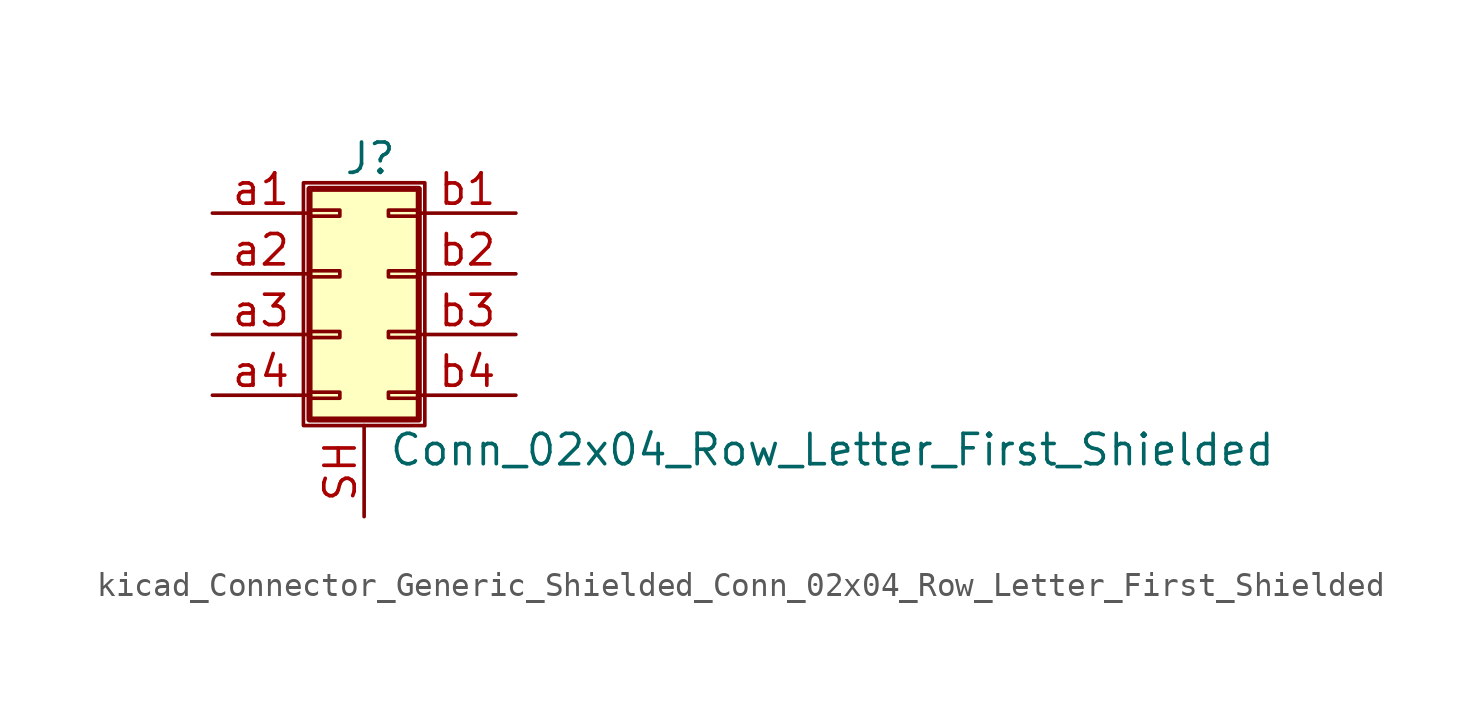
<source format=kicad_sym>
(kicad_symbol_lib
  (version 20220914)
  (generator kicad_symbol_editor)
  (symbol "kicad_Connector_Generic_Shielded_Conn_02x04_Row_Letter_First_Shielded"
    (pin_names
      (offset 1.016) hide)
    (property "Reference" "J"
      (at 1.524 4.826 0)
      (effects (font (size 1.27 1.27))))
    (property "Value" "Conn_02x04_Row_Letter_First_Shielded"
      (at 2.286 -7.366 0)
      (effects (font (size 1.27 1.27)) (justify left)))
    (symbol "kicad_Connector_Generic_Shielded_Conn_02x04_Row_Letter_First_Shielded_1_1"
      (rectangle (start -1.27 3.81) (end 3.81 -6.35) (stroke (width 0.152) (type default)) (fill (type none)))
      (rectangle (start -1.016 -4.953) (end 0.254 -5.207) (stroke (width 0.152) (type default)) (fill (type none)))
      (rectangle (start -1.016 -2.413) (end 0.254 -2.667) (stroke (width 0.152) (type default)) (fill (type none)))
      (rectangle (start -1.016 0.127) (end 0.254 -0.127) (stroke (width 0.152) (type default)) (fill (type none)))
      (rectangle (start -1.016 2.667) (end 0.254 2.413) (stroke (width 0.152) (type default)) (fill (type none)))
      (rectangle (start -1.016 3.556) (end 3.556 -6.096) (stroke (width 0.254) (type default)) (fill (type background)))
      (rectangle (start 3.556 -4.953) (end 2.286 -5.207) (stroke (width 0.152) (type default)) (fill (type none)))
      (rectangle (start 3.556 -2.413) (end 2.286 -2.667) (stroke (width 0.152) (type default)) (fill (type none)))
      (rectangle (start 3.556 0.127) (end 2.286 -0.127) (stroke (width 0.152) (type default)) (fill (type none)))
      (rectangle (start 3.556 2.667) (end 2.286 2.413) (stroke (width 0.152) (type default)) (fill (type none)))
      (pin passive line (at 1.27 -10.16 90) (length 3.81) (name "Shield" (effects (font (size 1.27 1.27)))) (number "SH" (effects (font (size 1.27 1.27)))))
      (pin passive line (at -5.08 2.54 0) (length 4.064) (name "Pin_a1" (effects (font (size 1.27 1.27)))) (number "a1" (effects (font (size 1.27 1.27)))))
      (pin passive line (at -5.08 0 0) (length 4.064) (name "Pin_a2" (effects (font (size 1.27 1.27)))) (number "a2" (effects (font (size 1.27 1.27)))))
      (pin passive line (at -5.08 -2.54 0) (length 4.064) (name "Pin_a3" (effects (font (size 1.27 1.27)))) (number "a3" (effects (font (size 1.27 1.27)))))
      (pin passive line (at -5.08 -5.08 0) (length 4.064) (name "Pin_a4" (effects (font (size 1.27 1.27)))) (number "a4" (effects (font (size 1.27 1.27)))))
      (pin passive line (at 7.62 2.54 180) (length 4.064) (name "Pin_b1" (effects (font (size 1.27 1.27)))) (number "b1" (effects (font (size 1.27 1.27)))))
      (pin passive line (at 7.62 0 180) (length 4.064) (name "Pin_b2" (effects (font (size 1.27 1.27)))) (number "b2" (effects (font (size 1.27 1.27)))))
      (pin passive line (at 7.62 -2.54 180) (length 4.064) (name "Pin_b3" (effects (font (size 1.27 1.27)))) (number "b3" (effects (font (size 1.27 1.27)))))
      (pin passive line (at 7.62 -5.08 180) (length 4.064) (name "Pin_b4" (effects (font (size 1.27 1.27)))) (number "b4" (effects (font (size 1.27 1.27))))))))
</source>
